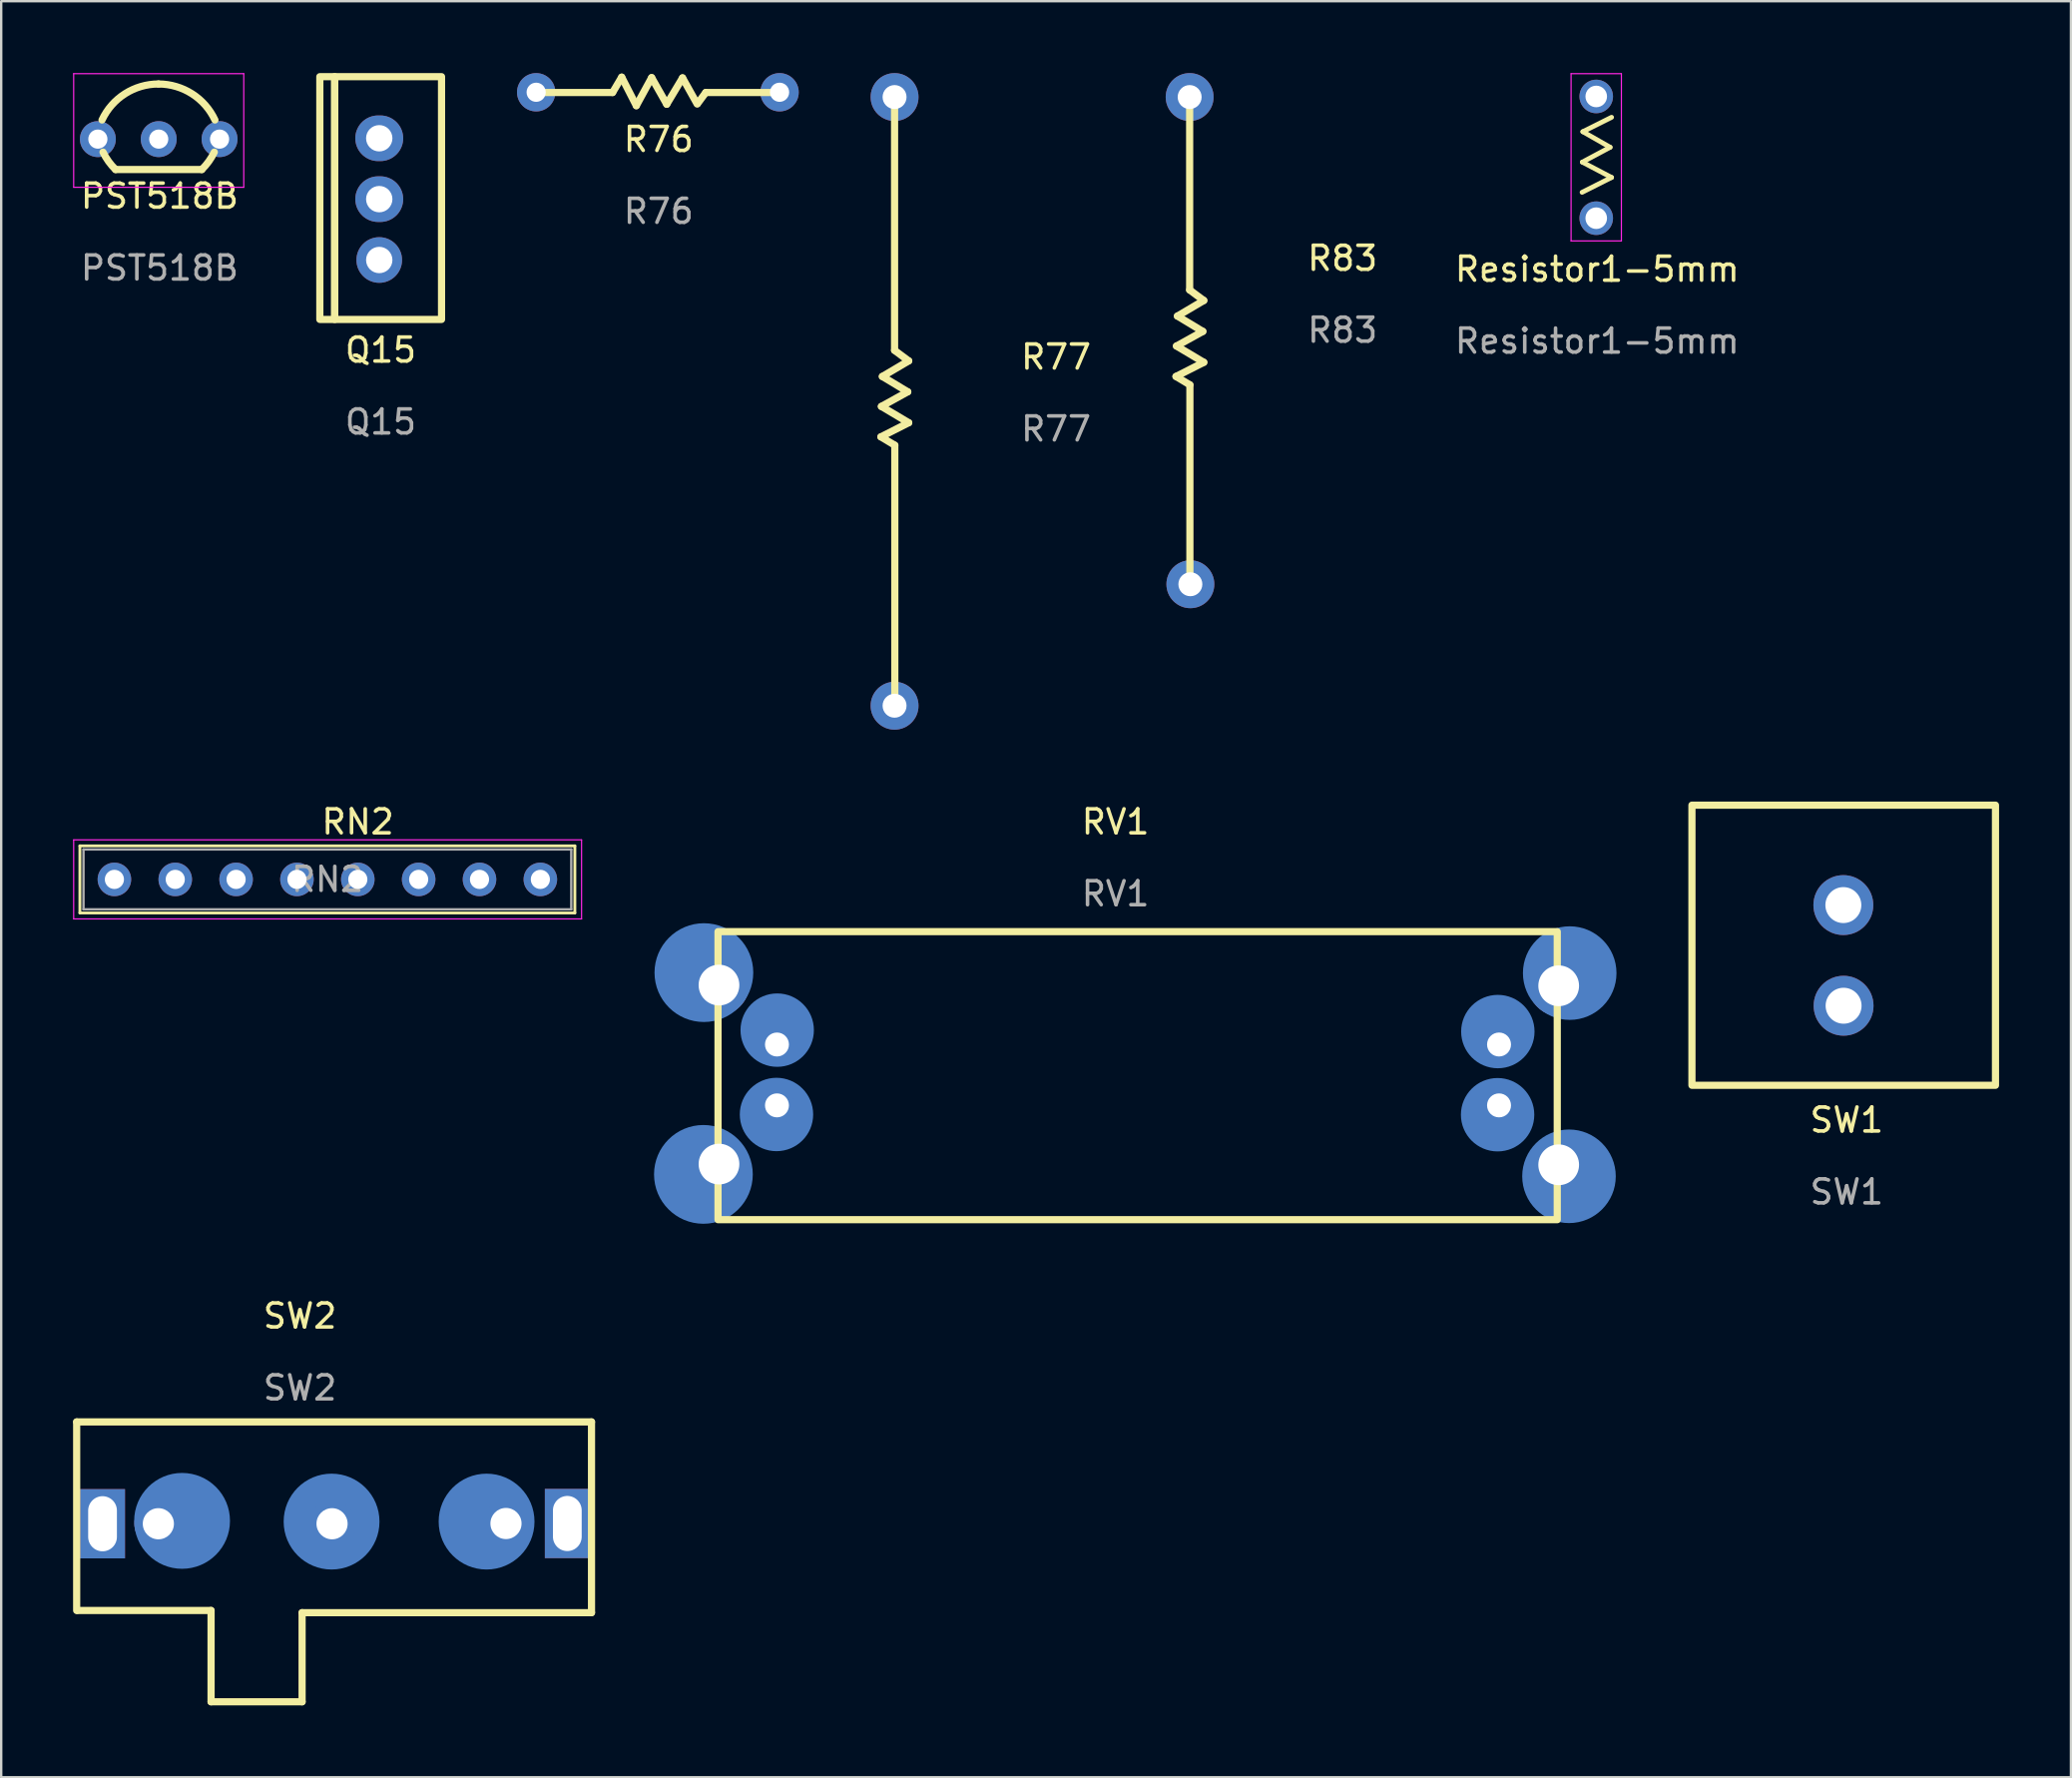
<source format=kicad_pcb>
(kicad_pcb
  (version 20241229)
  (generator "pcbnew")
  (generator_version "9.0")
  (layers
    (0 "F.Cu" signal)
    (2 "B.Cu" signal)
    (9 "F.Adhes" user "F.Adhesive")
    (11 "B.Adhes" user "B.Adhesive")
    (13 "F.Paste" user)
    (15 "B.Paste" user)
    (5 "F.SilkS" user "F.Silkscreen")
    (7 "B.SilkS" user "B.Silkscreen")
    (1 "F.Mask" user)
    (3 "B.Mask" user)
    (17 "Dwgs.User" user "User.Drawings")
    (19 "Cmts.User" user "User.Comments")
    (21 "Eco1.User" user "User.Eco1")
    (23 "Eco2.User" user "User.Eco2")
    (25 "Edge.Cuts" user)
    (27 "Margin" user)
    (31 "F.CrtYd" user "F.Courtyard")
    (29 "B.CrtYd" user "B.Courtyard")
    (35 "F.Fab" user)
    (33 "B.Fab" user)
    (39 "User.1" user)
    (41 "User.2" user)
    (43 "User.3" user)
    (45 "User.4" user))
  (footprint "Resistor1-5mm"
    (layer "F.Cu")
    (at 63.618 8.685)
    (property "Reference" "Resistor1-5mm" (at 0 -0.5 0) (unlocked yes) (layer "F.SilkS") (effects (font (size 1 1) (thickness 0.15))))
    (attr through_hole)
    (fp_line (start -0.63 -3.71) (end 0.6 -4.33) (stroke (width 0.2) (type solid)) (layer "F.SilkS"))
    (fp_line (start -0.62 -4.97) (end 0.54 -5.59) (stroke (width 0.2) (type solid)) (layer "F.SilkS"))
    (fp_line (start -0.6 -6.24) (end 0.6 -6.84) (stroke (width 0.2) (type solid)) (layer "F.SilkS"))
    (fp_line (start 0.54 -5.59) (end -0.6 -6.24) (stroke (width 0.2) (type solid)) (layer "F.SilkS"))
    (fp_line (start 0.6 -4.33) (end -0.62 -4.97) (stroke (width 0.2) (type solid)) (layer "F.SilkS"))
    (fp_line (start -1.09 -8.66) (end -1.09 -1.68) (stroke (width 0.05) (type solid)) (layer "F.CrtYd"))
    (fp_line (start -1.09 -1.68) (end 1.01 -1.68) (stroke (width 0.05) (type solid)) (layer "F.CrtYd"))
    (fp_line (start 1.01 -8.66) (end -1.09 -8.66) (stroke (width 0.05) (type solid)) (layer "F.CrtYd"))
    (fp_line (start 1.01 -1.68) (end 1.01 -8.66) (stroke (width 0.05) (type solid)) (layer "F.CrtYd"))
    (fp_text user "${REFERENCE}" (at 0 2.5 0) (unlocked yes) (layer "F.Fab") (effects (font (size 1 1) (thickness 0.15))))
    (pad "1" thru_hole circle (at -0.04 -2.63 90) (size 1.4 1.4) (drill 0.9) (layers "*.Cu" "*.Mask"))
    (pad "2" thru_hole oval (at -0.04 -7.71 90) (size 1.4 1.4) (drill 0.9) (layers "*.Cu" "*.Mask")))
  (footprint "R77"
    (layer "F.Cu")
    (at 41.03 12.35)
    (property "Reference" "R77" (at 0 -0.5 0) (unlocked yes) (layer "F.SilkS") (effects (font (size 1 1) (thickness 0.15))))
    (attr through_hole)
    (fp_line (start -7.31 2.83) (end -6.15 2.24) (stroke (width 0.3) (type default)) (layer "F.SilkS"))
    (fp_line (start -7.29 1.56) (end -6.19 0.95) (stroke (width 0.3) (type default)) (layer "F.SilkS"))
    (fp_line (start -7.25 0.31) (end -6.15 -0.34) (stroke (width 0.3) (type default)) (layer "F.SilkS"))
    (fp_line (start -6.74 -11.34) (end -6.74 -0.78) (stroke (width 0.3) (type default)) (layer "F.SilkS"))
    (fp_line (start -6.74 -0.78) (end -6.15 -0.34) (stroke (width 0.3) (type default)) (layer "F.SilkS"))
    (fp_line (start -6.73 3.18) (end -7.31 2.83) (stroke (width 0.3) (type default)) (layer "F.SilkS"))
    (fp_line (start -6.73 14.06) (end -6.73 3.18) (stroke (width 0.3) (type default)) (layer "F.SilkS"))
    (fp_line (start -6.19 0.95) (end -7.25 0.31) (stroke (width 0.3) (type default)) (layer "F.SilkS"))
    (fp_line (start -6.15 2.24) (end -7.29 1.56) (stroke (width 0.3) (type default)) (layer "F.SilkS"))
    (fp_text user "${REFERENCE}" (at 0 2.5 0) (unlocked yes) (layer "F.Fab") (effects (font (size 1 1) (thickness 0.15))))
    (pad "1" thru_hole circle (at -6.74 -11.35 270) (size 2 2) (drill 1) (layers "*.Cu" "*.Mask"))
    (pad "2" thru_hole circle (at -6.74 14.05 270) (size 2 2) (drill 1) (layers "*.Cu" "*.Mask")))
  (footprint "RN2"
    (layer "F.Cu")
    (at 1.725 33.648)
    (property "Reference" "RN2" (at 10.16 -2.4 0) (layer "F.SilkS") (effects (font (size 1 1) (thickness 0.15))))
    (attr through_hole)
    (fp_line (start -1.44 -1.4) (end -1.44 1.4) (stroke (width 0.12) (type solid)) (layer "F.SilkS"))
    (fp_line (start -1.44 1.4) (end 19.22 1.4) (stroke (width 0.12) (type solid)) (layer "F.SilkS"))
    (fp_line (start 19.22 -1.4) (end -1.44 -1.4) (stroke (width 0.12) (type solid)) (layer "F.SilkS"))
    (fp_line (start 19.22 1.4) (end 19.22 -1.4) (stroke (width 0.12) (type solid)) (layer "F.SilkS"))
    (fp_line (start -1.7 -1.65) (end -1.7 1.65) (stroke (width 0.05) (type solid)) (layer "F.CrtYd"))
    (fp_line (start -1.7 1.65) (end 19.5 1.65) (stroke (width 0.05) (type solid)) (layer "F.CrtYd"))
    (fp_line (start 19.5 -1.65) (end -1.7 -1.65) (stroke (width 0.05) (type solid)) (layer "F.CrtYd"))
    (fp_line (start 19.5 1.65) (end 19.5 -1.65) (stroke (width 0.05) (type solid)) (layer "F.CrtYd"))
    (fp_line (start -1.29 -1.25) (end -1.29 1.25) (stroke (width 0.1) (type solid)) (layer "F.Fab"))
    (fp_line (start -1.29 1.25) (end 19.07 1.25) (stroke (width 0.1) (type solid)) (layer "F.Fab"))
    (fp_line (start 19.07 -1.25) (end -1.29 -1.25) (stroke (width 0.1) (type solid)) (layer "F.Fab"))
    (fp_line (start 19.07 1.25) (end 19.07 -1.25) (stroke (width 0.1) (type solid)) (layer "F.Fab"))
    (fp_text user "${REFERENCE}" (at 8.89 0 0) (layer "F.Fab") (effects (font (size 1 1) (thickness 0.15))))
    (pad "1" thru_hole circle (at 0 0) (size 1.4 1.4) (drill 0.8) (layers "*.Cu" "*.Mask"))
    (pad "2" thru_hole circle (at 2.54 0) (size 1.4 1.4) (drill 0.8) (layers "*.Cu" "*.Mask"))
    (pad "3" thru_hole circle (at 5.08 0) (size 1.4 1.4) (drill 0.8) (layers "*.Cu" "*.Mask"))
    (pad "4" thru_hole circle (at 7.62 0) (size 1.4 1.4) (drill 0.8) (layers "*.Cu" "*.Mask"))
    (pad "5" thru_hole circle (at 10.16 0) (size 1.4 1.4) (drill 0.8) (layers "*.Cu" "*.Mask"))
    (pad "6" thru_hole circle (at 12.7 0) (size 1.4 1.4) (drill 0.8) (layers "*.Cu" "*.Mask"))
    (pad "7" thru_hole circle (at 15.24 0) (size 1.4 1.4) (drill 0.8) (layers "*.Cu" "*.Mask"))
    (pad "8" thru_hole circle (at 17.78 0) (size 1.4 1.4) (drill 0.8) (layers "*.Cu" "*.Mask")))
  (footprint "RV1"
    (layer "F.Cu")
    (at 43.511 31.748)
    (property "Reference" "RV1" (at 0 -0.5 0) (unlocked yes) (layer "F.SilkS") (effects (font (size 1 1) (thickness 0.15))))
    (attr through_hole)
    (fp_rect (start -16.59 4.08) (end 18.44 16.1) (stroke (width 0.3) (type default)) (fill no) (layer "F.SilkS"))
    (fp_text user "${REFERENCE}" (at 0 2.5 0) (unlocked yes) (layer "F.Fab") (effects (font (size 1 1) (thickness 0.15))))
    (pad "1" smd circle (at 15.96 8.25) (size 3.063 3.063) (layers "B.Cu" "B.Mask"))
    (pad "1" thru_hole circle (at 16.01 8.79) (size 1.5 1.5) (drill 1) (layers "*.Cu" "*.Mask"))
    (pad "2" thru_hole circle (at -14.13 8.79) (size 1.5 1.5) (drill 1) (layers "*.Cu" "*.Mask"))
    (pad "2" smd circle (at -14.12 8.19) (size 3.063 3.063) (layers "B.Cu" "B.Mask"))
    (pad "3" thru_hole circle (at 18.5 6.34) (size 2.5 2.5) (drill 1.7) (layers "*.Cu" "*.Mask"))
    (pad "3" thru_hole circle (at 18.5 13.81) (size 2.5 2.5) (drill 1.7) (layers "*.Cu" "*.Mask"))
    (pad "3" smd circle (at 18.93 14.29) (size 3.905 3.905) (layers "B.Cu" "B.Mask"))
    (pad "3" smd circle (at 18.96 5.81) (size 3.905 3.905) (layers "B.Cu" "B.Mask"))
    (pad "4" smd circle (at -17.2 14.21) (size 4.122 4.122) (layers "B.Cu" "B.Mask"))
    (pad "4" smd circle (at -17.18 5.79) (size 4.122 4.122) (layers "B.Cu" "B.Mask"))
    (pad "4" thru_hole circle (at -16.55 6.31) (size 2.5 2.5) (drill 1.7) (layers "*.Cu" "*.Mask"))
    (pad "4" thru_hole circle (at -16.55 13.78) (size 2.5 2.5) (drill 1.7) (layers "*.Cu" "*.Mask"))
    (pad "5" smd circle (at -14.15 11.71) (size 3.063 3.063) (layers "B.Cu" "B.Mask"))
    (pad "5" thru_hole circle (at -14.13 11.33) (size 1.5 1.5) (drill 1) (layers "*.Cu" "*.Mask"))
    (pad "6" smd circle (at 15.95 11.72) (size 3.063 3.063) (layers "B.Cu" "B.Mask"))
    (pad "6" thru_hole circle (at 16.01 11.33) (size 1.5 1.5) (drill 1) (layers "*.Cu" "*.Mask")))
  (footprint "R83"
    (layer "F.Cu")
    (at 52.987 8.23)
    (property "Reference" "R83" (at 0 -0.5 0) (unlocked yes) (layer "F.SilkS") (effects (font (size 1 1) (thickness 0.15))))
    (attr through_hole)
    (fp_line (start -6.95 4.43) (end -5.79 3.84) (stroke (width 0.3) (type default)) (layer "F.SilkS"))
    (fp_line (start -6.93 3.16) (end -5.83 2.55) (stroke (width 0.3) (type default)) (layer "F.SilkS"))
    (fp_line (start -6.89 1.91) (end -5.79 1.26) (stroke (width 0.3) (type default)) (layer "F.SilkS"))
    (fp_line (start -6.38 -7.15) (end -6.38 0.82) (stroke (width 0.3) (type default)) (layer "F.SilkS"))
    (fp_line (start -6.38 0.82) (end -5.79 1.26) (stroke (width 0.3) (type default)) (layer "F.SilkS"))
    (fp_line (start -6.37 4.78) (end -6.95 4.43) (stroke (width 0.3) (type default)) (layer "F.SilkS"))
    (fp_line (start -6.37 13.05) (end -6.37 4.78) (stroke (width 0.3) (type default)) (layer "F.SilkS"))
    (fp_line (start -5.83 2.55) (end -6.89 1.91) (stroke (width 0.3) (type default)) (layer "F.SilkS"))
    (fp_line (start -5.79 3.84) (end -6.93 3.16) (stroke (width 0.3) (type default)) (layer "F.SilkS"))
    (fp_text user "${REFERENCE}" (at 0 2.5 0) (unlocked yes) (layer "F.Fab") (effects (font (size 1 1) (thickness 0.15))))
    (pad "1" thru_hole circle (at -6.38 -7.23 270) (size 2 2) (drill 1) (layers "*.Cu" "*.Mask"))
    (pad "2" thru_hole circle (at -6.35 13.1 270) (size 2 2) (drill 1) (layers "*.Cu" "*.Mask")))
  (footprint "SW2"
    (layer "F.Cu")
    (at 9.47 52.367)
    (property "Reference" "SW2" (at 0 -0.5 0) (unlocked yes) (layer "F.SilkS") (effects (font (size 1 1) (thickness 0.15))))
    (attr through_hole)
    (fp_line (start -9.32 3.92) (end -9.32 11.79) (stroke (width 0.3) (type default)) (layer "F.SilkS"))
    (fp_line (start -9.28 11.79) (end -3.71 11.79) (stroke (width 0.3) (type default)) (layer "F.SilkS"))
    (fp_line (start -3.71 11.79) (end -3.71 15.6) (stroke (width 0.3) (type default)) (layer "F.SilkS"))
    (fp_line (start -3.71 15.6) (end 0.09 15.6) (stroke (width 0.3) (type default)) (layer "F.SilkS"))
    (fp_line (start 0.09 11.88) (end 12.17 11.88) (stroke (width 0.3) (type default)) (layer "F.SilkS"))
    (fp_line (start 0.09 15.6) (end 0.09 11.88) (stroke (width 0.3) (type default)) (layer "F.SilkS"))
    (fp_line (start 12.17 3.92) (end -9.32 3.92) (stroke (width 0.3) (type default)) (layer "F.SilkS"))
    (fp_line (start 12.17 11.88) (end 12.17 3.92) (stroke (width 0.3) (type default)) (layer "F.SilkS"))
    (fp_text user "${REFERENCE}" (at 0 2.5 0) (unlocked yes) (layer "F.Fab") (effects (font (size 1 1) (thickness 0.15))))
    (pad "" thru_hole rect (at -8.24 8.17) (size 1.875 2.89) (drill oval 1.2 2.3) (layers "*.Cu" "*.Mask"))
    (pad "" thru_hole rect (at 11.16 8.16) (size 1.875 2.89) (drill oval 1.2 2.3) (layers "*.Cu" "*.Mask"))
    (pad "1" thru_hole circle (at -5.91 8.17) (size 2 2) (drill 1.3) (layers "*.Cu" "*.Mask"))
    (pad "1" smd circle (at -4.92 8.05) (size 4 4) (layers "B.Cu" "B.Mask"))
    (pad "2" smd circle (at 1.32 8.08) (size 4 4) (layers "B.Cu" "B.Mask"))
    (pad "2" thru_hole circle (at 1.34 8.17) (size 2 2) (drill 1.3) (layers "*.Cu" "*.Mask"))
    (pad "3" smd circle (at 7.79 8.08) (size 4 4) (layers "B.Cu" "B.Mask"))
    (pad "3" thru_hole circle (at 8.6 8.16) (size 2 2) (drill 1.3) (layers "*.Cu" "*.Mask")))
  (footprint "R76"
    (layer "F.Cu")
    (at 24.44 3.27)
    (property "Reference" "R76" (at 0 -0.5 0) (unlocked yes) (layer "F.SilkS") (effects (font (size 1 1) (thickness 0.15))))
    (attr through_hole)
    (fp_line (start -5.11 -2.46) (end -1.92 -2.46) (stroke (width 0.3) (type default)) (layer "F.SilkS"))
    (fp_line (start -1.92 -2.46) (end -1.54 -3.1) (stroke (width 0.3) (type default)) (layer "F.SilkS"))
    (fp_line (start -1.54 -3.1) (end -0.93 -1.91) (stroke (width 0.3) (type default)) (layer "F.SilkS"))
    (fp_line (start -0.93 -1.91) (end -0.29 -3.08) (stroke (width 0.3) (type default)) (layer "F.SilkS"))
    (fp_line (start -0.29 -3.08) (end 0.34 -1.97) (stroke (width 0.3) (type default)) (layer "F.SilkS"))
    (fp_line (start 0.34 -1.97) (end 1 -3.07) (stroke (width 0.3) (type default)) (layer "F.SilkS"))
    (fp_line (start 1 -3.07) (end 1.61 -1.98) (stroke (width 0.3) (type default)) (layer "F.SilkS"))
    (fp_line (start 1.97 -2.46) (end 1.63 -2) (stroke (width 0.3) (type default)) (layer "F.SilkS"))
    (fp_line (start 5.05 -2.46) (end 1.97 -2.46) (stroke (width 0.3) (type default)) (layer "F.SilkS"))
    (fp_text user "${REFERENCE}" (at 0 2.5 0) (unlocked yes) (layer "F.Fab") (effects (font (size 1 1) (thickness 0.15))))
    (pad "1" thru_hole circle (at -5.11 -2.47) (size 1.6 1.6) (drill 0.8) (layers "*.Cu" "*.Mask"))
    (pad "2" thru_hole oval (at 5.05 -2.47) (size 1.6 1.6) (drill 0.8) (layers "*.Cu" "*.Mask")))
  (footprint "SW1"
    (layer "F.Cu")
    (at 74.033 44.19)
    (property "Reference" "SW1" (at 0 -0.5 0) (unlocked yes) (layer "F.SilkS") (effects (font (size 1 1) (thickness 0.15))))
    (attr through_hole)
    (fp_rect (start -6.46 -13.64) (end 6.21 -1.95) (stroke (width 0.3) (type solid)) (fill no) (layer "F.SilkS"))
    (fp_text user "${REFERENCE}" (at 0 2.5 0) (unlocked yes) (layer "F.Fab") (effects (font (size 1 1) (thickness 0.15))))
    (pad "1" thru_hole circle (at -0.13 -5.27) (size 2.5 2.5) (drill 1.5) (layers "*.Cu" "*.Mask"))
    (pad "2" thru_hole circle (at -0.14 -9.47) (size 2.5 2.5) (drill 1.5) (layers "*.Cu" "*.Mask")))
  (footprint "Q15"
    (layer "F.Cu")
    (at 12.84 12.06)
    (property "Reference" "Q15" (at 0 -0.5 0) (unlocked yes) (layer "F.SilkS") (effects (font (size 1 1) (thickness 0.15))))
    (attr through_hole)
    (fp_rect (start -2.54 -11.91) (end -1.92 -1.78) (stroke (width 0.3) (type default)) (fill no) (layer "F.SilkS"))
    (fp_rect (start -1.92 -11.91) (end 2.54 -1.78) (stroke (width 0.3) (type default)) (fill no) (layer "F.SilkS"))
    (fp_text user "${REFERENCE}" (at 0 2.5 0) (unlocked yes) (layer "F.Fab") (effects (font (size 1 1) (thickness 0.15))))
    (pad "1" thru_hole circle (at -0.06 -4.26 90) (size 1.905 1.905) (drill 1.1) (layers "*.Cu" "*.Mask"))
    (pad "2" thru_hole oval (at -0.06 -6.8 90) (size 1.905 2) (drill 1.1) (layers "*.Cu" "*.Mask"))
    (pad "3" thru_hole oval (at -0.06 -9.34 90) (size 1.905 2) (drill 1.1) (layers "*.Cu" "*.Mask")))
  (footprint "PST518B"
    (layer "F.Cu")
    (at 3.615 5.635)
    (property "Reference" "PST518B" (at 0 -0.5 0) (unlocked yes) (layer "F.SilkS") (effects (font (size 1 1) (thickness 0.15))))
    (attr through_hole)
    (fp_line (start -1.84 -1.61) (end 1.76 -1.61) (stroke (width 0.3) (type solid)) (layer "F.SilkS"))
    (fp_arc (start -2.4064 -3.678807) (mid -1.446979 -4.772817) (end -0.05 -5.18) (stroke (width 0.3) (type solid)) (layer "F.SilkS"))
    (fp_arc (start -1.84 -1.609328) (mid -2.1339 -1.950002) (end -2.364184 -2.336533) (stroke (width 0.3) (type solid)) (layer "F.SilkS"))
    (fp_arc (start -0.05 -5.18) (mid 1.346979 -4.772818) (end 2.3064 -3.678807) (stroke (width 0.3) (type solid)) (layer "F.SilkS"))
    (fp_arc (start 2.280281 -2.336533) (mid 2.050003 -1.949998) (end 1.756097 -1.609328) (stroke (width 0.3) (type solid)) (layer "F.SilkS"))
    (fp_line (start -3.59 -5.61) (end -3.59 -0.87) (stroke (width 0.05) (type solid)) (layer "F.CrtYd"))
    (fp_line (start -3.59 -5.61) (end 3.51 -5.61) (stroke (width 0.05) (type solid)) (layer "F.CrtYd"))
    (fp_line (start 3.51 -0.87) (end -3.59 -0.87) (stroke (width 0.05) (type solid)) (layer "F.CrtYd"))
    (fp_line (start 3.51 -0.87) (end 3.51 -5.61) (stroke (width 0.05) (type solid)) (layer "F.CrtYd"))
    (fp_text user "${REFERENCE}" (at 0 2.5 0) (unlocked yes) (layer "F.Fab") (effects (font (size 1 1) (thickness 0.15))))
    (pad "1" thru_hole circle (at -2.58 -2.88) (size 1.5 1.5) (drill 0.8) (layers "*.Cu" "*.Mask"))
    (pad "2" thru_hole circle (at 2.5 -2.88) (size 1.5 1.5) (drill 0.8) (layers "*.Cu" "*.Mask"))
    (pad "3" thru_hole circle (at -0.04 -2.88) (size 1.5 1.5) (drill 0.8) (layers "*.Cu" "*.Mask")))
  (gr_rect
    (start -3 -3)
    (end 83.393 71.117)
    (stroke (width 0.1) (type default))
    (fill no)
    (layer "Edge.Cuts")))
</source>
